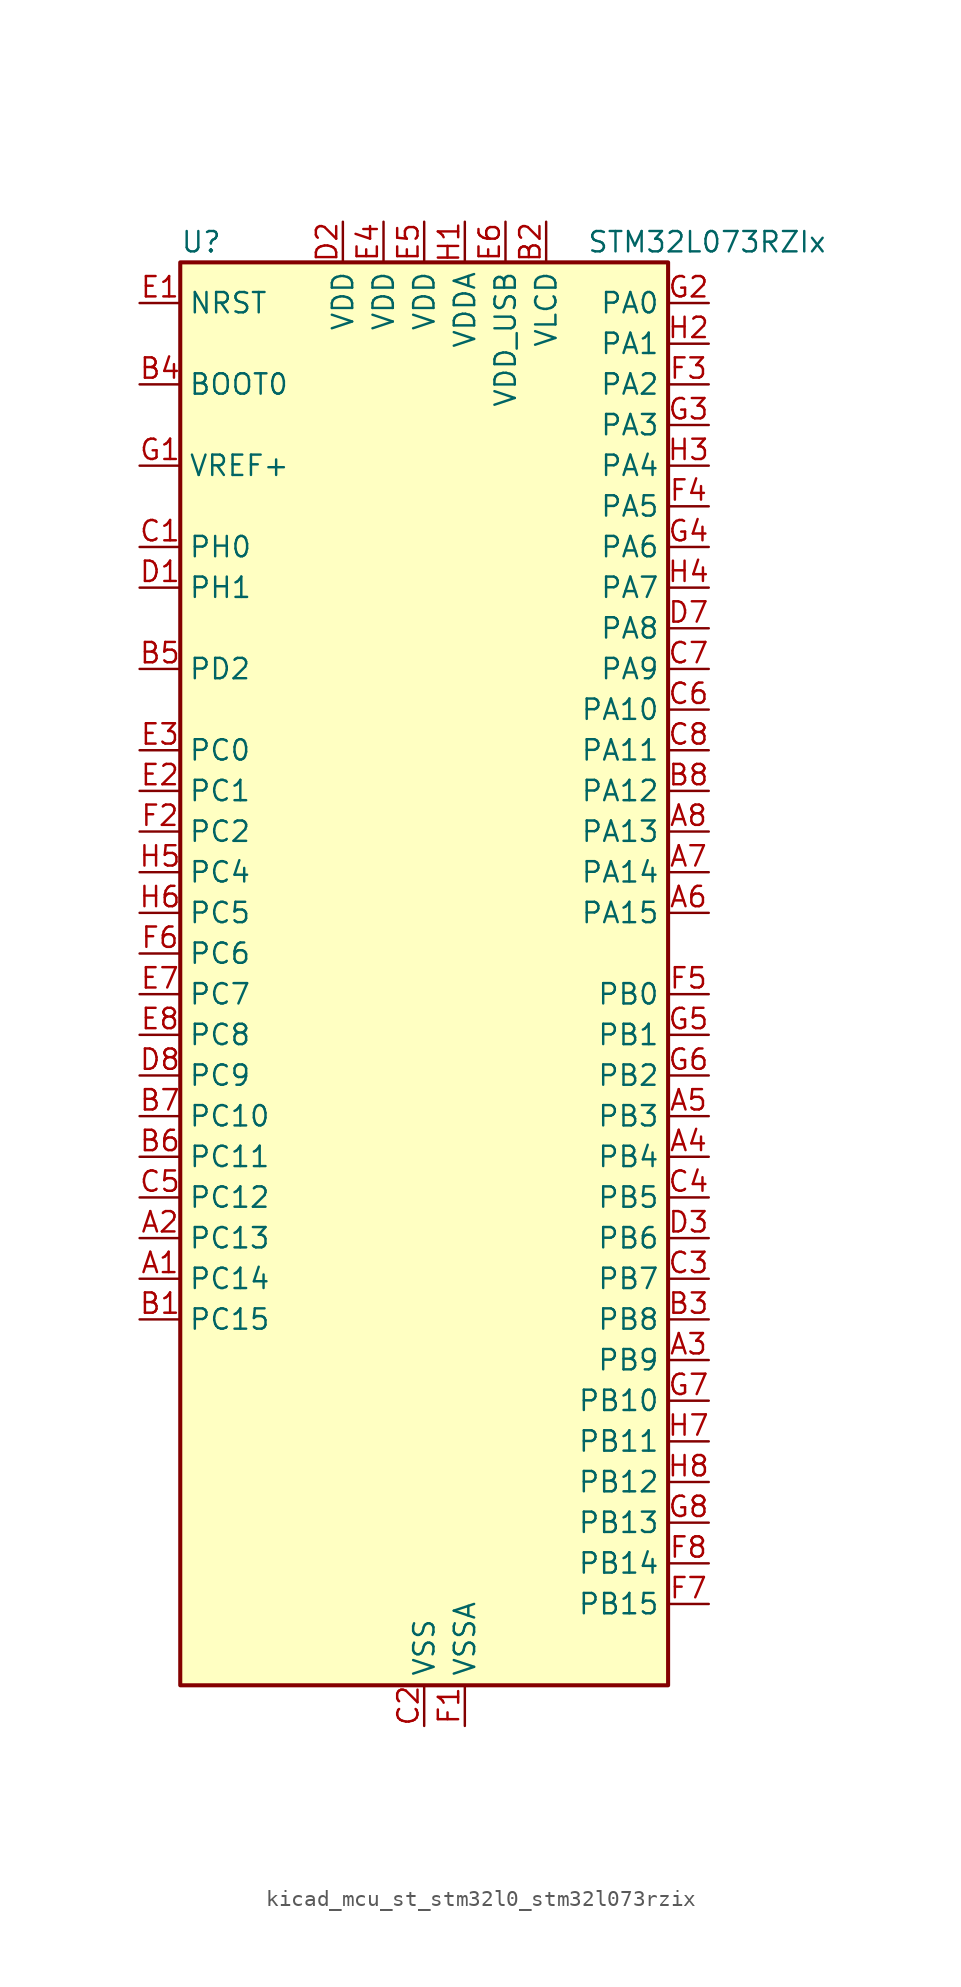
<source format=kicad_sym>
(kicad_symbol_lib
  (version 20220914)
  (generator kicad_symbol_editor)
  (symbol "kicad_mcu_st_stm32l0_stm32l073rzix"
    (property "Reference" "U"
      (at -15.24 46.99 0)
      (effects (font (size 1.27 1.27)) (justify left)))
    (property "Value" "STM32L073RZIx"
      (at 10.16 46.99 0)
      (effects (font (size 1.27 1.27)) (justify left)))
    (property "ki_locked" ""
      (at 0 0 0)
      (effects (font (size 1.27 1.27))))
    (symbol "kicad_mcu_st_stm32l0_stm32l073rzix_0_1"
      (rectangle (start -15.24 -43.18) (end 15.24 45.72) (stroke (width 0.254) (type default)) (fill (type background))))
    (symbol "kicad_mcu_st_stm32l0_stm32l073rzix_1_1"
      (pin bidirectional line (at -17.78 -17.78 0) (length 2.54) (name "PC14" (effects (font (size 1.27 1.27)))) (number "A1" (effects (font (size 1.27 1.27)))) (alternate "RCC_OSC32_IN" bidirectional line))
      (pin bidirectional line (at -17.78 -15.24 0) (length 2.54) (name "PC13" (effects (font (size 1.27 1.27)))) (number "A2" (effects (font (size 1.27 1.27)))) (alternate "RTC_OUT_ALARM" bidirectional line) (alternate "RTC_OUT_CALIB" bidirectional line) (alternate "RTC_TAMP1" bidirectional line) (alternate "RTC_TS" bidirectional line) (alternate "SYS_WKUP2" bidirectional line))
      (pin bidirectional line (at 17.78 -22.86 180) (length 2.54) (name "PB9" (effects (font (size 1.27 1.27)))) (number "A3" (effects (font (size 1.27 1.27)))) (alternate "DAC_EXTI9" bidirectional line) (alternate "I2C1_SDA" bidirectional line) (alternate "I2S2_WS" bidirectional line) (alternate "LCD_COM3" bidirectional line) (alternate "SPI2_NSS" bidirectional line))
      (pin bidirectional line (at 17.78 -10.16 180) (length 2.54) (name "PB4" (effects (font (size 1.27 1.27)))) (number "A4" (effects (font (size 1.27 1.27)))) (alternate "COMP2_INP" bidirectional line) (alternate "I2C3_SDA" bidirectional line) (alternate "LCD_SEG8" bidirectional line) (alternate "SPI1_MISO" bidirectional line) (alternate "TIM22_CH1" bidirectional line) (alternate "TIM3_CH1" bidirectional line) (alternate "TSC_G5_IO2" bidirectional line) (alternate "USART1_CTS" bidirectional line) (alternate "USART5_RX" bidirectional line))
      (pin bidirectional line (at 17.78 -7.62 180) (length 2.54) (name "PB3" (effects (font (size 1.27 1.27)))) (number "A5" (effects (font (size 1.27 1.27)))) (alternate "COMP2_INM" bidirectional line) (alternate "LCD_SEG7" bidirectional line) (alternate "SPI1_SCK" bidirectional line) (alternate "TIM2_CH2" bidirectional line) (alternate "TSC_G5_IO1" bidirectional line) (alternate "USART1_DE" bidirectional line) (alternate "USART1_RTS" bidirectional line) (alternate "USART5_TX" bidirectional line))
      (pin bidirectional line (at 17.78 5.08 180) (length 2.54) (name "PA15" (effects (font (size 1.27 1.27)))) (number "A6" (effects (font (size 1.27 1.27)))) (alternate "LCD_SEG17" bidirectional line) (alternate "SPI1_NSS" bidirectional line) (alternate "TIM2_CH1" bidirectional line) (alternate "TIM2_ETR" bidirectional line) (alternate "USART2_RX" bidirectional line) (alternate "USART4_DE" bidirectional line) (alternate "USART4_RTS" bidirectional line))
      (pin bidirectional line (at 17.78 7.62 180) (length 2.54) (name "PA14" (effects (font (size 1.27 1.27)))) (number "A7" (effects (font (size 1.27 1.27)))) (alternate "LPUART1_TX" bidirectional line) (alternate "SYS_SWCLK" bidirectional line) (alternate "USART2_TX" bidirectional line))
      (pin bidirectional line (at 17.78 10.16 180) (length 2.54) (name "PA13" (effects (font (size 1.27 1.27)))) (number "A8" (effects (font (size 1.27 1.27)))) (alternate "LPUART1_RX" bidirectional line) (alternate "SYS_SWDIO" bidirectional line) (alternate "USB_NOE" bidirectional line))
      (pin bidirectional line (at -17.78 -20.32 0) (length 2.54) (name "PC15" (effects (font (size 1.27 1.27)))) (number "B1" (effects (font (size 1.27 1.27)))) (alternate "RCC_OSC32_OUT" bidirectional line))
      (pin power_in line (at 7.62 48.26 270) (length 2.54) (name "VLCD" (effects (font (size 1.27 1.27)))) (number "B2" (effects (font (size 1.27 1.27)))))
      (pin bidirectional line (at 17.78 -20.32 180) (length 2.54) (name "PB8" (effects (font (size 1.27 1.27)))) (number "B3" (effects (font (size 1.27 1.27)))) (alternate "I2C1_SCL" bidirectional line) (alternate "LCD_SEG16" bidirectional line) (alternate "TSC_SYNC" bidirectional line))
      (pin input line (at -17.78 38.1 0) (length 2.54) (name "BOOT0" (effects (font (size 1.27 1.27)))) (number "B4" (effects (font (size 1.27 1.27)))))
      (pin bidirectional line (at -17.78 20.32 0) (length 2.54) (name "PD2" (effects (font (size 1.27 1.27)))) (number "B5" (effects (font (size 1.27 1.27)))) (alternate "LCD_COM7" bidirectional line) (alternate "LCD_SEG31" bidirectional line) (alternate "LPUART1_DE" bidirectional line) (alternate "LPUART1_RTS" bidirectional line) (alternate "TIM3_ETR" bidirectional line) (alternate "USART5_RX" bidirectional line))
      (pin bidirectional line (at -17.78 -10.16 0) (length 2.54) (name "PC11" (effects (font (size 1.27 1.27)))) (number "B6" (effects (font (size 1.27 1.27)))) (alternate "ADC_EXTI11" bidirectional line) (alternate "LCD_COM5" bidirectional line) (alternate "LCD_SEG29" bidirectional line) (alternate "LPUART1_RX" bidirectional line) (alternate "USART4_RX" bidirectional line))
      (pin bidirectional line (at -17.78 -7.62 0) (length 2.54) (name "PC10" (effects (font (size 1.27 1.27)))) (number "B7" (effects (font (size 1.27 1.27)))) (alternate "LCD_COM4" bidirectional line) (alternate "LCD_SEG28" bidirectional line) (alternate "LPUART1_TX" bidirectional line) (alternate "USART4_TX" bidirectional line))
      (pin bidirectional line (at 17.78 12.7 180) (length 2.54) (name "PA12" (effects (font (size 1.27 1.27)))) (number "B8" (effects (font (size 1.27 1.27)))) (alternate "COMP2_OUT" bidirectional line) (alternate "SPI1_MOSI" bidirectional line) (alternate "TSC_G4_IO4" bidirectional line) (alternate "USART1_DE" bidirectional line) (alternate "USART1_RTS" bidirectional line) (alternate "USB_DP" bidirectional line))
      (pin bidirectional line (at -17.78 27.94 0) (length 2.54) (name "PH0" (effects (font (size 1.27 1.27)))) (number "C1" (effects (font (size 1.27 1.27)))) (alternate "CRS_SYNC" bidirectional line) (alternate "RCC_OSC_IN" bidirectional line))
      (pin power_in line (at 0 -45.72 90) (length 2.54) (name "VSS" (effects (font (size 1.27 1.27)))) (number "C2" (effects (font (size 1.27 1.27)))))
      (pin bidirectional line (at 17.78 -17.78 180) (length 2.54) (name "PB7" (effects (font (size 1.27 1.27)))) (number "C3" (effects (font (size 1.27 1.27)))) (alternate "COMP2_INP" bidirectional line) (alternate "I2C1_SDA" bidirectional line) (alternate "LPTIM1_IN2" bidirectional line) (alternate "SYS_PVD_IN" bidirectional line) (alternate "TSC_G5_IO4" bidirectional line) (alternate "USART1_RX" bidirectional line) (alternate "USART4_CTS" bidirectional line))
      (pin bidirectional line (at 17.78 -12.7 180) (length 2.54) (name "PB5" (effects (font (size 1.27 1.27)))) (number "C4" (effects (font (size 1.27 1.27)))) (alternate "COMP2_INP" bidirectional line) (alternate "I2C1_SMBA" bidirectional line) (alternate "LCD_SEG9" bidirectional line) (alternate "LPTIM1_IN1" bidirectional line) (alternate "SPI1_MOSI" bidirectional line) (alternate "TIM22_CH2" bidirectional line) (alternate "TIM3_CH2" bidirectional line) (alternate "USART1_CK" bidirectional line) (alternate "USART5_CK" bidirectional line) (alternate "USART5_DE" bidirectional line) (alternate "USART5_RTS" bidirectional line))
      (pin bidirectional line (at -17.78 -12.7 0) (length 2.54) (name "PC12" (effects (font (size 1.27 1.27)))) (number "C5" (effects (font (size 1.27 1.27)))) (alternate "LCD_COM6" bidirectional line) (alternate "LCD_SEG30" bidirectional line) (alternate "USART4_CK" bidirectional line) (alternate "USART5_TX" bidirectional line))
      (pin bidirectional line (at 17.78 17.78 180) (length 2.54) (name "PA10" (effects (font (size 1.27 1.27)))) (number "C6" (effects (font (size 1.27 1.27)))) (alternate "I2C1_SDA" bidirectional line) (alternate "LCD_COM2" bidirectional line) (alternate "TSC_G4_IO2" bidirectional line) (alternate "USART1_RX" bidirectional line))
      (pin bidirectional line (at 17.78 20.32 180) (length 2.54) (name "PA9" (effects (font (size 1.27 1.27)))) (number "C7" (effects (font (size 1.27 1.27)))) (alternate "DAC_EXTI9" bidirectional line) (alternate "I2C1_SCL" bidirectional line) (alternate "I2C3_SMBA" bidirectional line) (alternate "LCD_COM1" bidirectional line) (alternate "RCC_MCO" bidirectional line) (alternate "TSC_G4_IO1" bidirectional line) (alternate "USART1_TX" bidirectional line))
      (pin bidirectional line (at 17.78 15.24 180) (length 2.54) (name "PA11" (effects (font (size 1.27 1.27)))) (number "C8" (effects (font (size 1.27 1.27)))) (alternate "ADC_EXTI11" bidirectional line) (alternate "COMP1_OUT" bidirectional line) (alternate "SPI1_MISO" bidirectional line) (alternate "TSC_G4_IO3" bidirectional line) (alternate "USART1_CTS" bidirectional line) (alternate "USB_DM" bidirectional line))
      (pin bidirectional line (at -17.78 25.4 0) (length 2.54) (name "PH1" (effects (font (size 1.27 1.27)))) (number "D1" (effects (font (size 1.27 1.27)))) (alternate "RCC_OSC_OUT" bidirectional line))
      (pin power_in line (at -5.08 48.26 270) (length 2.54) (name "VDD" (effects (font (size 1.27 1.27)))) (number "D2" (effects (font (size 1.27 1.27)))))
      (pin bidirectional line (at 17.78 -15.24 180) (length 2.54) (name "PB6" (effects (font (size 1.27 1.27)))) (number "D3" (effects (font (size 1.27 1.27)))) (alternate "COMP2_INP" bidirectional line) (alternate "I2C1_SCL" bidirectional line) (alternate "LPTIM1_ETR" bidirectional line) (alternate "TSC_G5_IO3" bidirectional line) (alternate "USART1_TX" bidirectional line))
      (pin passive line (at 0 -45.72 90) (length 2.54) hide (name "VSS" (effects (font (size 1.27 1.27)))) (number "D4" (effects (font (size 1.27 1.27)))))
      (pin passive line (at 0 -45.72 90) (length 2.54) hide (name "VSS" (effects (font (size 1.27 1.27)))) (number "D5" (effects (font (size 1.27 1.27)))))
      (pin passive line (at 0 -45.72 90) (length 2.54) hide (name "VSS" (effects (font (size 1.27 1.27)))) (number "D6" (effects (font (size 1.27 1.27)))))
      (pin bidirectional line (at 17.78 22.86 180) (length 2.54) (name "PA8" (effects (font (size 1.27 1.27)))) (number "D7" (effects (font (size 1.27 1.27)))) (alternate "CRS_SYNC" bidirectional line) (alternate "I2C3_SCL" bidirectional line) (alternate "LCD_COM0" bidirectional line) (alternate "RCC_MCO" bidirectional line) (alternate "USART1_CK" bidirectional line))
      (pin bidirectional line (at -17.78 -5.08 0) (length 2.54) (name "PC9" (effects (font (size 1.27 1.27)))) (number "D8" (effects (font (size 1.27 1.27)))) (alternate "DAC_EXTI9" bidirectional line) (alternate "I2C3_SDA" bidirectional line) (alternate "LCD_SEG27" bidirectional line) (alternate "TIM21_ETR" bidirectional line) (alternate "TIM3_CH4" bidirectional line) (alternate "TSC_G8_IO4" bidirectional line) (alternate "USB_NOE" bidirectional line))
      (pin input line (at -17.78 43.18 0) (length 2.54) (name "NRST" (effects (font (size 1.27 1.27)))) (number "E1" (effects (font (size 1.27 1.27)))))
      (pin bidirectional line (at -17.78 12.7 0) (length 2.54) (name "PC1" (effects (font (size 1.27 1.27)))) (number "E2" (effects (font (size 1.27 1.27)))) (alternate "ADC_IN11" bidirectional line) (alternate "I2C3_SDA" bidirectional line) (alternate "LCD_SEG19" bidirectional line) (alternate "LPTIM1_OUT" bidirectional line) (alternate "LPUART1_TX" bidirectional line) (alternate "TSC_G7_IO2" bidirectional line))
      (pin bidirectional line (at -17.78 15.24 0) (length 2.54) (name "PC0" (effects (font (size 1.27 1.27)))) (number "E3" (effects (font (size 1.27 1.27)))) (alternate "ADC_IN10" bidirectional line) (alternate "I2C3_SCL" bidirectional line) (alternate "LCD_SEG18" bidirectional line) (alternate "LPTIM1_IN1" bidirectional line) (alternate "LPUART1_RX" bidirectional line) (alternate "TSC_G7_IO1" bidirectional line))
      (pin power_in line (at -2.54 48.26 270) (length 2.54) (name "VDD" (effects (font (size 1.27 1.27)))) (number "E4" (effects (font (size 1.27 1.27)))))
      (pin power_in line (at 0 48.26 270) (length 2.54) (name "VDD" (effects (font (size 1.27 1.27)))) (number "E5" (effects (font (size 1.27 1.27)))))
      (pin power_in line (at 5.08 48.26 270) (length 2.54) (name "VDD_USB" (effects (font (size 1.27 1.27)))) (number "E6" (effects (font (size 1.27 1.27)))))
      (pin bidirectional line (at -17.78 0 0) (length 2.54) (name "PC7" (effects (font (size 1.27 1.27)))) (number "E7" (effects (font (size 1.27 1.27)))) (alternate "LCD_SEG25" bidirectional line) (alternate "TIM22_CH2" bidirectional line) (alternate "TIM3_CH2" bidirectional line) (alternate "TSC_G8_IO2" bidirectional line))
      (pin bidirectional line (at -17.78 -2.54 0) (length 2.54) (name "PC8" (effects (font (size 1.27 1.27)))) (number "E8" (effects (font (size 1.27 1.27)))) (alternate "LCD_SEG26" bidirectional line) (alternate "TIM22_ETR" bidirectional line) (alternate "TIM3_CH3" bidirectional line) (alternate "TSC_G8_IO3" bidirectional line))
      (pin power_in line (at 2.54 -45.72 90) (length 2.54) (name "VSSA" (effects (font (size 1.27 1.27)))) (number "F1" (effects (font (size 1.27 1.27)))))
      (pin bidirectional line (at -17.78 10.16 0) (length 2.54) (name "PC2" (effects (font (size 1.27 1.27)))) (number "F2" (effects (font (size 1.27 1.27)))) (alternate "ADC_IN12" bidirectional line) (alternate "I2S2_MCK" bidirectional line) (alternate "LCD_SEG20" bidirectional line) (alternate "LPTIM1_IN2" bidirectional line) (alternate "SPI2_MISO" bidirectional line) (alternate "TSC_G7_IO3" bidirectional line))
      (pin bidirectional line (at 17.78 38.1 180) (length 2.54) (name "PA2" (effects (font (size 1.27 1.27)))) (number "F3" (effects (font (size 1.27 1.27)))) (alternate "ADC_IN2" bidirectional line) (alternate "COMP2_INM" bidirectional line) (alternate "COMP2_OUT" bidirectional line) (alternate "LCD_SEG1" bidirectional line) (alternate "LPUART1_TX" bidirectional line) (alternate "TIM21_CH1" bidirectional line) (alternate "TIM2_CH3" bidirectional line) (alternate "TSC_G1_IO3" bidirectional line) (alternate "USART2_TX" bidirectional line))
      (pin bidirectional line (at 17.78 30.48 180) (length 2.54) (name "PA5" (effects (font (size 1.27 1.27)))) (number "F4" (effects (font (size 1.27 1.27)))) (alternate "ADC_IN5" bidirectional line) (alternate "COMP1_INM" bidirectional line) (alternate "COMP2_INM" bidirectional line) (alternate "DAC_OUT2" bidirectional line) (alternate "SPI1_SCK" bidirectional line) (alternate "TIM2_CH1" bidirectional line) (alternate "TIM2_ETR" bidirectional line) (alternate "TSC_G2_IO2" bidirectional line))
      (pin bidirectional line (at 17.78 0 180) (length 2.54) (name "PB0" (effects (font (size 1.27 1.27)))) (number "F5" (effects (font (size 1.27 1.27)))) (alternate "ADC_IN8" bidirectional line) (alternate "LCD_SEG5" bidirectional line) (alternate "LCD_VLCD3" bidirectional line) (alternate "SYS_VREF_OUT_PB0" bidirectional line) (alternate "TIM3_CH3" bidirectional line) (alternate "TSC_G3_IO2" bidirectional line))
      (pin bidirectional line (at -17.78 2.54 0) (length 2.54) (name "PC6" (effects (font (size 1.27 1.27)))) (number "F6" (effects (font (size 1.27 1.27)))) (alternate "LCD_SEG24" bidirectional line) (alternate "TIM22_CH1" bidirectional line) (alternate "TIM3_CH1" bidirectional line) (alternate "TSC_G8_IO1" bidirectional line))
      (pin bidirectional line (at 17.78 -38.1 180) (length 2.54) (name "PB15" (effects (font (size 1.27 1.27)))) (number "F7" (effects (font (size 1.27 1.27)))) (alternate "I2S2_SD" bidirectional line) (alternate "LCD_SEG15" bidirectional line) (alternate "RTC_REFIN" bidirectional line) (alternate "SPI2_MOSI" bidirectional line))
      (pin bidirectional line (at 17.78 -35.56 180) (length 2.54) (name "PB14" (effects (font (size 1.27 1.27)))) (number "F8" (effects (font (size 1.27 1.27)))) (alternate "I2C2_SDA" bidirectional line) (alternate "I2S2_MCK" bidirectional line) (alternate "LCD_SEG14" bidirectional line) (alternate "LPUART1_DE" bidirectional line) (alternate "LPUART1_RTS" bidirectional line) (alternate "RTC_OUT_ALARM" bidirectional line) (alternate "RTC_OUT_CALIB" bidirectional line) (alternate "SPI2_MISO" bidirectional line) (alternate "TIM21_CH2" bidirectional line) (alternate "TSC_G6_IO4" bidirectional line))
      (pin input line (at -17.78 33.02 0) (length 2.54) (name "VREF+" (effects (font (size 1.27 1.27)))) (number "G1" (effects (font (size 1.27 1.27)))))
      (pin bidirectional line (at 17.78 43.18 180) (length 2.54) (name "PA0" (effects (font (size 1.27 1.27)))) (number "G2" (effects (font (size 1.27 1.27)))) (alternate "ADC_IN0" bidirectional line) (alternate "COMP1_INM" bidirectional line) (alternate "COMP1_OUT" bidirectional line) (alternate "RTC_TAMP2" bidirectional line) (alternate "SYS_WKUP1" bidirectional line) (alternate "TIM2_CH1" bidirectional line) (alternate "TIM2_ETR" bidirectional line) (alternate "TSC_G1_IO1" bidirectional line) (alternate "USART2_CTS" bidirectional line) (alternate "USART4_TX" bidirectional line))
      (pin bidirectional line (at 17.78 35.56 180) (length 2.54) (name "PA3" (effects (font (size 1.27 1.27)))) (number "G3" (effects (font (size 1.27 1.27)))) (alternate "ADC_IN3" bidirectional line) (alternate "COMP2_INP" bidirectional line) (alternate "LCD_SEG2" bidirectional line) (alternate "LPUART1_RX" bidirectional line) (alternate "TIM21_CH2" bidirectional line) (alternate "TIM2_CH4" bidirectional line) (alternate "TSC_G1_IO4" bidirectional line) (alternate "USART2_RX" bidirectional line))
      (pin bidirectional line (at 17.78 27.94 180) (length 2.54) (name "PA6" (effects (font (size 1.27 1.27)))) (number "G4" (effects (font (size 1.27 1.27)))) (alternate "ADC_IN6" bidirectional line) (alternate "COMP1_OUT" bidirectional line) (alternate "LCD_SEG3" bidirectional line) (alternate "LPUART1_CTS" bidirectional line) (alternate "SPI1_MISO" bidirectional line) (alternate "TIM22_CH1" bidirectional line) (alternate "TIM3_CH1" bidirectional line) (alternate "TSC_G2_IO3" bidirectional line))
      (pin bidirectional line (at 17.78 -2.54 180) (length 2.54) (name "PB1" (effects (font (size 1.27 1.27)))) (number "G5" (effects (font (size 1.27 1.27)))) (alternate "ADC_IN9" bidirectional line) (alternate "LCD_SEG6" bidirectional line) (alternate "LPUART1_DE" bidirectional line) (alternate "LPUART1_RTS" bidirectional line) (alternate "SYS_VREF_OUT_PB1" bidirectional line) (alternate "TIM3_CH4" bidirectional line) (alternate "TSC_G3_IO3" bidirectional line))
      (pin bidirectional line (at 17.78 -5.08 180) (length 2.54) (name "PB2" (effects (font (size 1.27 1.27)))) (number "G6" (effects (font (size 1.27 1.27)))) (alternate "I2C3_SMBA" bidirectional line) (alternate "LCD_VLCD2" bidirectional line) (alternate "LPTIM1_OUT" bidirectional line) (alternate "TSC_G3_IO4" bidirectional line))
      (pin bidirectional line (at 17.78 -25.4 180) (length 2.54) (name "PB10" (effects (font (size 1.27 1.27)))) (number "G7" (effects (font (size 1.27 1.27)))) (alternate "I2C2_SCL" bidirectional line) (alternate "LCD_SEG10" bidirectional line) (alternate "LPUART1_RX" bidirectional line) (alternate "LPUART1_TX" bidirectional line) (alternate "SPI2_SCK" bidirectional line) (alternate "TIM2_CH3" bidirectional line) (alternate "TSC_SYNC" bidirectional line))
      (pin bidirectional line (at 17.78 -33.02 180) (length 2.54) (name "PB13" (effects (font (size 1.27 1.27)))) (number "G8" (effects (font (size 1.27 1.27)))) (alternate "I2C2_SCL" bidirectional line) (alternate "I2S2_CK" bidirectional line) (alternate "LCD_SEG13" bidirectional line) (alternate "LPUART1_CTS" bidirectional line) (alternate "RCC_MCO" bidirectional line) (alternate "SPI2_SCK" bidirectional line) (alternate "TIM21_CH1" bidirectional line) (alternate "TSC_G6_IO3" bidirectional line))
      (pin power_in line (at 2.54 48.26 270) (length 2.54) (name "VDDA" (effects (font (size 1.27 1.27)))) (number "H1" (effects (font (size 1.27 1.27)))))
      (pin bidirectional line (at 17.78 40.64 180) (length 2.54) (name "PA1" (effects (font (size 1.27 1.27)))) (number "H2" (effects (font (size 1.27 1.27)))) (alternate "ADC_IN1" bidirectional line) (alternate "COMP1_INP" bidirectional line) (alternate "LCD_SEG0" bidirectional line) (alternate "TIM21_ETR" bidirectional line) (alternate "TIM2_CH2" bidirectional line) (alternate "TSC_G1_IO2" bidirectional line) (alternate "USART2_DE" bidirectional line) (alternate "USART2_RTS" bidirectional line) (alternate "USART4_RX" bidirectional line))
      (pin bidirectional line (at 17.78 33.02 180) (length 2.54) (name "PA4" (effects (font (size 1.27 1.27)))) (number "H3" (effects (font (size 1.27 1.27)))) (alternate "ADC_IN4" bidirectional line) (alternate "COMP1_INM" bidirectional line) (alternate "COMP2_INM" bidirectional line) (alternate "DAC_OUT1" bidirectional line) (alternate "SPI1_NSS" bidirectional line) (alternate "TIM22_ETR" bidirectional line) (alternate "TSC_G2_IO1" bidirectional line) (alternate "USART2_CK" bidirectional line))
      (pin bidirectional line (at 17.78 25.4 180) (length 2.54) (name "PA7" (effects (font (size 1.27 1.27)))) (number "H4" (effects (font (size 1.27 1.27)))) (alternate "ADC_IN7" bidirectional line) (alternate "COMP2_OUT" bidirectional line) (alternate "LCD_SEG4" bidirectional line) (alternate "SPI1_MOSI" bidirectional line) (alternate "TIM22_CH2" bidirectional line) (alternate "TIM3_CH2" bidirectional line) (alternate "TSC_G2_IO4" bidirectional line))
      (pin bidirectional line (at -17.78 7.62 0) (length 2.54) (name "PC4" (effects (font (size 1.27 1.27)))) (number "H5" (effects (font (size 1.27 1.27)))) (alternate "ADC_IN14" bidirectional line) (alternate "LCD_SEG22" bidirectional line) (alternate "LPUART1_TX" bidirectional line))
      (pin bidirectional line (at -17.78 5.08 0) (length 2.54) (name "PC5" (effects (font (size 1.27 1.27)))) (number "H6" (effects (font (size 1.27 1.27)))) (alternate "ADC_IN15" bidirectional line) (alternate "LCD_SEG23" bidirectional line) (alternate "LPUART1_RX" bidirectional line) (alternate "TSC_G3_IO1" bidirectional line))
      (pin bidirectional line (at 17.78 -27.94 180) (length 2.54) (name "PB11" (effects (font (size 1.27 1.27)))) (number "H7" (effects (font (size 1.27 1.27)))) (alternate "ADC_EXTI11" bidirectional line) (alternate "I2C2_SDA" bidirectional line) (alternate "LCD_SEG11" bidirectional line) (alternate "LPUART1_RX" bidirectional line) (alternate "LPUART1_TX" bidirectional line) (alternate "TIM2_CH4" bidirectional line) (alternate "TSC_G6_IO1" bidirectional line))
      (pin bidirectional line (at 17.78 -30.48 180) (length 2.54) (name "PB12" (effects (font (size 1.27 1.27)))) (number "H8" (effects (font (size 1.27 1.27)))) (alternate "I2S2_WS" bidirectional line) (alternate "LCD_SEG12" bidirectional line) (alternate "LCD_VLCD2" bidirectional line) (alternate "LPUART1_DE" bidirectional line) (alternate "LPUART1_RTS" bidirectional line) (alternate "SPI2_NSS" bidirectional line) (alternate "TSC_G6_IO2" bidirectional line)))))
</source>
